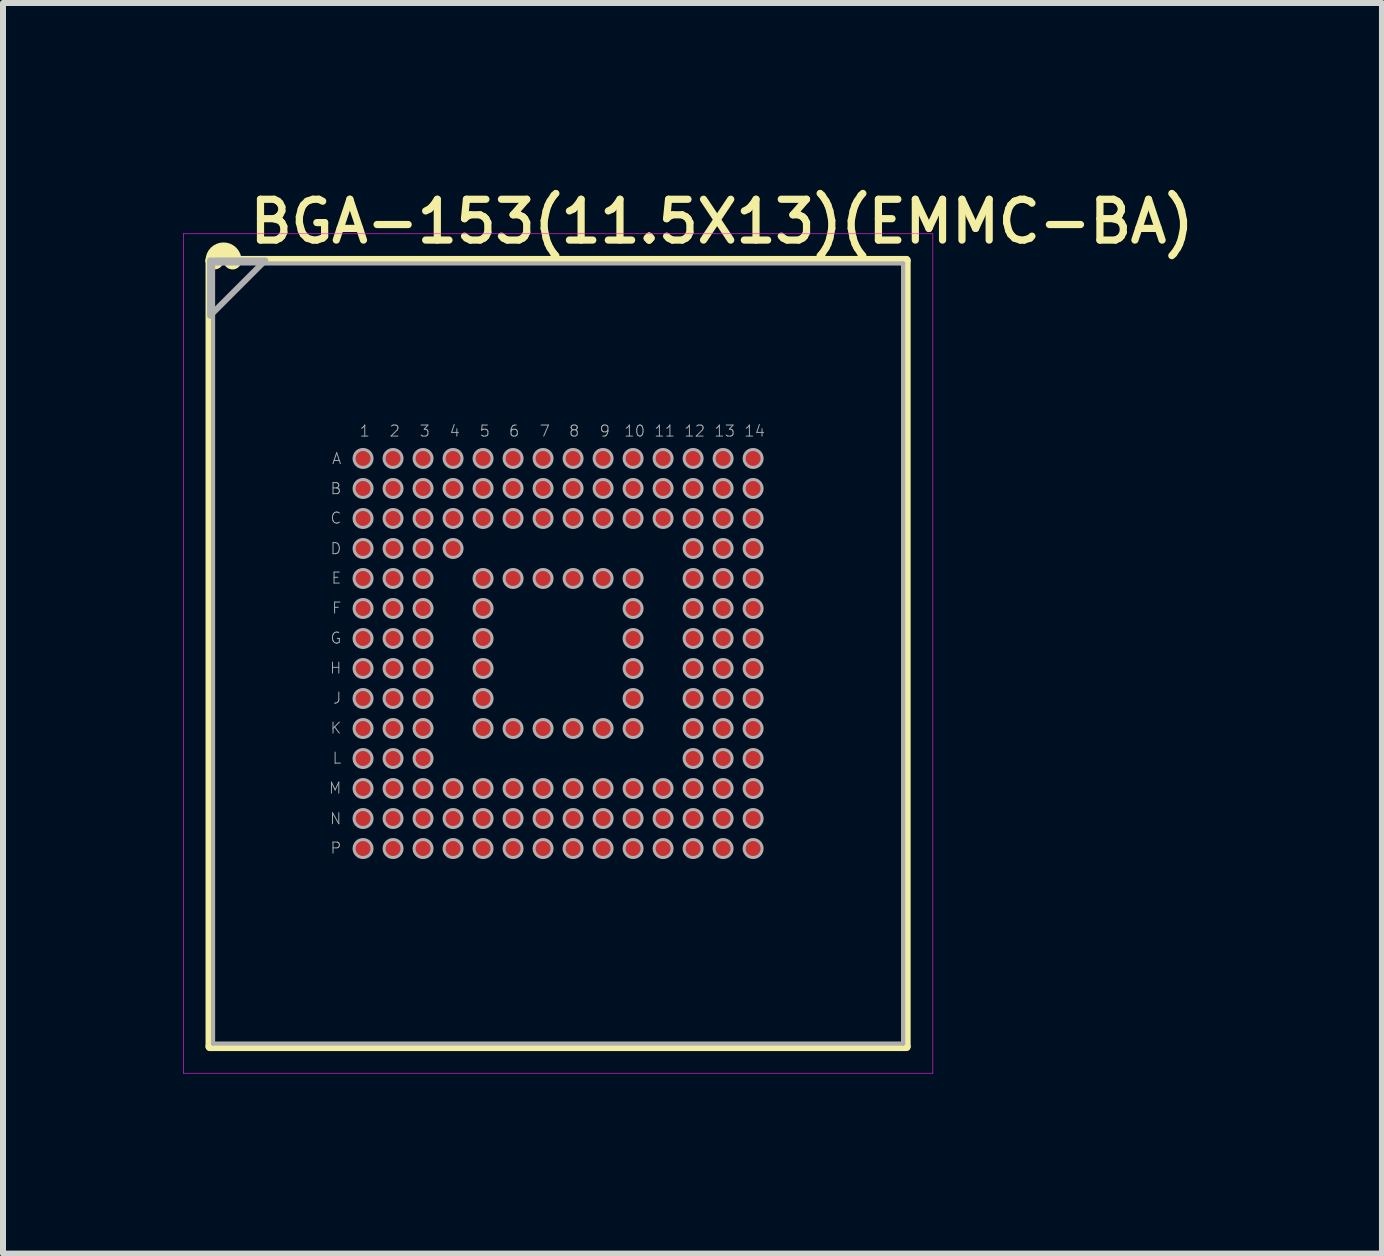
<source format=kicad_pcb>
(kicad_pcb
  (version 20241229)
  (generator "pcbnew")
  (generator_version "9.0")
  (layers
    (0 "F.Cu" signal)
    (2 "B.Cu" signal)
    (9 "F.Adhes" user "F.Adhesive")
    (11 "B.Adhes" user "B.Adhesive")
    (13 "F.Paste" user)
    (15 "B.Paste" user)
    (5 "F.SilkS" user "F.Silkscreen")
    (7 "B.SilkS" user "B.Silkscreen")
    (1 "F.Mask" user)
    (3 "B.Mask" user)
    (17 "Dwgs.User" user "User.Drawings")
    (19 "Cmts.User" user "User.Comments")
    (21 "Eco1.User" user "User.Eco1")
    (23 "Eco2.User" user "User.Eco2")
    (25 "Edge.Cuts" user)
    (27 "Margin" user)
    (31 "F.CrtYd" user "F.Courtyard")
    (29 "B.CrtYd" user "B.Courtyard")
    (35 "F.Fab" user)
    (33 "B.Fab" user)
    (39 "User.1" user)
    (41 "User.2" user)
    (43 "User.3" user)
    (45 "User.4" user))
  (footprint "BGA-153(11.5X13)(EMMC-BA)"
    (layer "F.Cu")
    (at 6.25 7.84)
    (property "Reference" "BGA-153(11.5X13)(EMMC-BA)" (at -5.2 -6.8 0) (layer "F.SilkS") (effects (font (size 0.68 0.68) (thickness 0.12)) (justify left bottom)))
    (fp_circle (center -3.25 -3.25) (end -3.148 -3.25) (stroke (width 0.203) (type solid)) (fill no) (layer "F.Mask"))
    (fp_circle (center -3.25 -2.75) (end -3.148 -2.75) (stroke (width 0.203) (type solid)) (fill no) (layer "F.Mask"))
    (fp_circle (center -3.25 -2.25) (end -3.148 -2.25) (stroke (width 0.203) (type solid)) (fill no) (layer "F.Mask"))
    (fp_circle (center -3.25 -1.75) (end -3.148 -1.75) (stroke (width 0.203) (type solid)) (fill no) (layer "F.Mask"))
    (fp_circle (center -3.25 -1.25) (end -3.148 -1.25) (stroke (width 0.203) (type solid)) (fill no) (layer "F.Mask"))
    (fp_circle (center -3.25 -0.75) (end -3.148 -0.75) (stroke (width 0.203) (type solid)) (fill no) (layer "F.Mask"))
    (fp_circle (center -3.25 -0.25) (end -3.148 -0.25) (stroke (width 0.203) (type solid)) (fill no) (layer "F.Mask"))
    (fp_circle (center -3.25 0.25) (end -3.148 0.25) (stroke (width 0.203) (type solid)) (fill no) (layer "F.Mask"))
    (fp_circle (center -3.25 0.75) (end -3.148 0.75) (stroke (width 0.203) (type solid)) (fill no) (layer "F.Mask"))
    (fp_circle (center -3.25 1.25) (end -3.148 1.25) (stroke (width 0.203) (type solid)) (fill no) (layer "F.Mask"))
    (fp_circle (center -3.25 1.75) (end -3.148 1.75) (stroke (width 0.203) (type solid)) (fill no) (layer "F.Mask"))
    (fp_circle (center -3.25 2.25) (end -3.148 2.25) (stroke (width 0.203) (type solid)) (fill no) (layer "F.Mask"))
    (fp_circle (center -3.25 2.75) (end -3.148 2.75) (stroke (width 0.203) (type solid)) (fill no) (layer "F.Mask"))
    (fp_circle (center -3.25 3.25) (end -3.148 3.25) (stroke (width 0.203) (type solid)) (fill no) (layer "F.Mask"))
    (fp_circle (center -2.75 -3.25) (end -2.648 -3.25) (stroke (width 0.203) (type solid)) (fill no) (layer "F.Mask"))
    (fp_circle (center -2.75 -2.75) (end -2.648 -2.75) (stroke (width 0.203) (type solid)) (fill no) (layer "F.Mask"))
    (fp_circle (center -2.75 -2.25) (end -2.648 -2.25) (stroke (width 0.203) (type solid)) (fill no) (layer "F.Mask"))
    (fp_circle (center -2.75 -1.75) (end -2.648 -1.75) (stroke (width 0.203) (type solid)) (fill no) (layer "F.Mask"))
    (fp_circle (center -2.75 -1.25) (end -2.648 -1.25) (stroke (width 0.203) (type solid)) (fill no) (layer "F.Mask"))
    (fp_circle (center -2.75 -0.75) (end -2.648 -0.75) (stroke (width 0.203) (type solid)) (fill no) (layer "F.Mask"))
    (fp_circle (center -2.75 -0.25) (end -2.648 -0.25) (stroke (width 0.203) (type solid)) (fill no) (layer "F.Mask"))
    (fp_circle (center -2.75 0.25) (end -2.648 0.25) (stroke (width 0.203) (type solid)) (fill no) (layer "F.Mask"))
    (fp_circle (center -2.75 0.75) (end -2.648 0.75) (stroke (width 0.203) (type solid)) (fill no) (layer "F.Mask"))
    (fp_circle (center -2.75 1.25) (end -2.648 1.25) (stroke (width 0.203) (type solid)) (fill no) (layer "F.Mask"))
    (fp_circle (center -2.75 1.75) (end -2.648 1.75) (stroke (width 0.203) (type solid)) (fill no) (layer "F.Mask"))
    (fp_circle (center -2.75 2.25) (end -2.648 2.25) (stroke (width 0.203) (type solid)) (fill no) (layer "F.Mask"))
    (fp_circle (center -2.75 2.75) (end -2.648 2.75) (stroke (width 0.203) (type solid)) (fill no) (layer "F.Mask"))
    (fp_circle (center -2.75 3.25) (end -2.648 3.25) (stroke (width 0.203) (type solid)) (fill no) (layer "F.Mask"))
    (fp_circle (center -2.25 -3.25) (end -2.148 -3.25) (stroke (width 0.203) (type solid)) (fill no) (layer "F.Mask"))
    (fp_circle (center -2.25 -2.75) (end -2.148 -2.75) (stroke (width 0.203) (type solid)) (fill no) (layer "F.Mask"))
    (fp_circle (center -2.25 -2.25) (end -2.148 -2.25) (stroke (width 0.203) (type solid)) (fill no) (layer "F.Mask"))
    (fp_circle (center -2.25 -1.75) (end -2.148 -1.75) (stroke (width 0.203) (type solid)) (fill no) (layer "F.Mask"))
    (fp_circle (center -2.25 -1.25) (end -2.148 -1.25) (stroke (width 0.203) (type solid)) (fill no) (layer "F.Mask"))
    (fp_circle (center -2.25 -0.75) (end -2.148 -0.75) (stroke (width 0.203) (type solid)) (fill no) (layer "F.Mask"))
    (fp_circle (center -2.25 -0.25) (end -2.148 -0.25) (stroke (width 0.203) (type solid)) (fill no) (layer "F.Mask"))
    (fp_circle (center -2.25 0.25) (end -2.148 0.25) (stroke (width 0.203) (type solid)) (fill no) (layer "F.Mask"))
    (fp_circle (center -2.25 0.75) (end -2.148 0.75) (stroke (width 0.203) (type solid)) (fill no) (layer "F.Mask"))
    (fp_circle (center -2.25 1.25) (end -2.148 1.25) (stroke (width 0.203) (type solid)) (fill no) (layer "F.Mask"))
    (fp_circle (center -2.25 1.75) (end -2.148 1.75) (stroke (width 0.203) (type solid)) (fill no) (layer "F.Mask"))
    (fp_circle (center -2.25 2.25) (end -2.148 2.25) (stroke (width 0.203) (type solid)) (fill no) (layer "F.Mask"))
    (fp_circle (center -2.25 2.75) (end -2.148 2.75) (stroke (width 0.203) (type solid)) (fill no) (layer "F.Mask"))
    (fp_circle (center -2.25 3.25) (end -2.148 3.25) (stroke (width 0.203) (type solid)) (fill no) (layer "F.Mask"))
    (fp_circle (center -1.75 -3.25) (end -1.648 -3.25) (stroke (width 0.203) (type solid)) (fill no) (layer "F.Mask"))
    (fp_circle (center -1.75 -2.75) (end -1.648 -2.75) (stroke (width 0.203) (type solid)) (fill no) (layer "F.Mask"))
    (fp_circle (center -1.75 -2.25) (end -1.648 -2.25) (stroke (width 0.203) (type solid)) (fill no) (layer "F.Mask"))
    (fp_circle (center -1.75 -1.75) (end -1.648 -1.75) (stroke (width 0.203) (type solid)) (fill no) (layer "F.Mask"))
    (fp_circle (center -1.75 2.25) (end -1.648 2.25) (stroke (width 0.203) (type solid)) (fill no) (layer "F.Mask"))
    (fp_circle (center -1.75 2.75) (end -1.648 2.75) (stroke (width 0.203) (type solid)) (fill no) (layer "F.Mask"))
    (fp_circle (center -1.75 3.25) (end -1.648 3.25) (stroke (width 0.203) (type solid)) (fill no) (layer "F.Mask"))
    (fp_circle (center -1.25 -3.25) (end -1.148 -3.25) (stroke (width 0.203) (type solid)) (fill no) (layer "F.Mask"))
    (fp_circle (center -1.25 -2.75) (end -1.148 -2.75) (stroke (width 0.203) (type solid)) (fill no) (layer "F.Mask"))
    (fp_circle (center -1.25 -2.25) (end -1.148 -2.25) (stroke (width 0.203) (type solid)) (fill no) (layer "F.Mask"))
    (fp_circle (center -1.25 -1.25) (end -1.148 -1.25) (stroke (width 0.203) (type solid)) (fill no) (layer "F.Mask"))
    (fp_circle (center -1.25 -0.75) (end -1.148 -0.75) (stroke (width 0.203) (type solid)) (fill no) (layer "F.Mask"))
    (fp_circle (center -1.25 -0.25) (end -1.148 -0.25) (stroke (width 0.203) (type solid)) (fill no) (layer "F.Mask"))
    (fp_circle (center -1.25 0.25) (end -1.148 0.25) (stroke (width 0.203) (type solid)) (fill no) (layer "F.Mask"))
    (fp_circle (center -1.25 0.75) (end -1.148 0.75) (stroke (width 0.203) (type solid)) (fill no) (layer "F.Mask"))
    (fp_circle (center -1.25 1.25) (end -1.148 1.25) (stroke (width 0.203) (type solid)) (fill no) (layer "F.Mask"))
    (fp_circle (center -1.25 2.25) (end -1.148 2.25) (stroke (width 0.203) (type solid)) (fill no) (layer "F.Mask"))
    (fp_circle (center -1.25 2.75) (end -1.148 2.75) (stroke (width 0.203) (type solid)) (fill no) (layer "F.Mask"))
    (fp_circle (center -1.25 3.25) (end -1.148 3.25) (stroke (width 0.203) (type solid)) (fill no) (layer "F.Mask"))
    (fp_circle (center -0.75 -3.25) (end -0.648 -3.25) (stroke (width 0.203) (type solid)) (fill no) (layer "F.Mask"))
    (fp_circle (center -0.75 -2.75) (end -0.648 -2.75) (stroke (width 0.203) (type solid)) (fill no) (layer "F.Mask"))
    (fp_circle (center -0.75 -2.25) (end -0.648 -2.25) (stroke (width 0.203) (type solid)) (fill no) (layer "F.Mask"))
    (fp_circle (center -0.75 -1.25) (end -0.648 -1.25) (stroke (width 0.203) (type solid)) (fill no) (layer "F.Mask"))
    (fp_circle (center -0.75 1.25) (end -0.648 1.25) (stroke (width 0.203) (type solid)) (fill no) (layer "F.Mask"))
    (fp_circle (center -0.75 2.25) (end -0.648 2.25) (stroke (width 0.203) (type solid)) (fill no) (layer "F.Mask"))
    (fp_circle (center -0.75 2.75) (end -0.648 2.75) (stroke (width 0.203) (type solid)) (fill no) (layer "F.Mask"))
    (fp_circle (center -0.75 3.25) (end -0.648 3.25) (stroke (width 0.203) (type solid)) (fill no) (layer "F.Mask"))
    (fp_circle (center -0.25 -3.25) (end -0.148 -3.25) (stroke (width 0.203) (type solid)) (fill no) (layer "F.Mask"))
    (fp_circle (center -0.25 -2.75) (end -0.148 -2.75) (stroke (width 0.203) (type solid)) (fill no) (layer "F.Mask"))
    (fp_circle (center -0.25 -2.25) (end -0.148 -2.25) (stroke (width 0.203) (type solid)) (fill no) (layer "F.Mask"))
    (fp_circle (center -0.25 -1.25) (end -0.148 -1.25) (stroke (width 0.203) (type solid)) (fill no) (layer "F.Mask"))
    (fp_circle (center -0.25 1.25) (end -0.148 1.25) (stroke (width 0.203) (type solid)) (fill no) (layer "F.Mask"))
    (fp_circle (center -0.25 2.25) (end -0.148 2.25) (stroke (width 0.203) (type solid)) (fill no) (layer "F.Mask"))
    (fp_circle (center -0.25 2.75) (end -0.148 2.75) (stroke (width 0.203) (type solid)) (fill no) (layer "F.Mask"))
    (fp_circle (center -0.25 3.25) (end -0.148 3.25) (stroke (width 0.203) (type solid)) (fill no) (layer "F.Mask"))
    (fp_circle (center 0.25 -3.25) (end 0.352 -3.25) (stroke (width 0.203) (type solid)) (fill no) (layer "F.Mask"))
    (fp_circle (center 0.25 -2.75) (end 0.352 -2.75) (stroke (width 0.203) (type solid)) (fill no) (layer "F.Mask"))
    (fp_circle (center 0.25 -2.25) (end 0.352 -2.25) (stroke (width 0.203) (type solid)) (fill no) (layer "F.Mask"))
    (fp_circle (center 0.25 -1.25) (end 0.352 -1.25) (stroke (width 0.203) (type solid)) (fill no) (layer "F.Mask"))
    (fp_circle (center 0.25 1.25) (end 0.352 1.25) (stroke (width 0.203) (type solid)) (fill no) (layer "F.Mask"))
    (fp_circle (center 0.25 2.25) (end 0.352 2.25) (stroke (width 0.203) (type solid)) (fill no) (layer "F.Mask"))
    (fp_circle (center 0.25 2.75) (end 0.352 2.75) (stroke (width 0.203) (type solid)) (fill no) (layer "F.Mask"))
    (fp_circle (center 0.25 3.25) (end 0.352 3.25) (stroke (width 0.203) (type solid)) (fill no) (layer "F.Mask"))
    (fp_circle (center 0.75 -3.25) (end 0.852 -3.25) (stroke (width 0.203) (type solid)) (fill no) (layer "F.Mask"))
    (fp_circle (center 0.75 -2.75) (end 0.852 -2.75) (stroke (width 0.203) (type solid)) (fill no) (layer "F.Mask"))
    (fp_circle (center 0.75 -2.25) (end 0.852 -2.25) (stroke (width 0.203) (type solid)) (fill no) (layer "F.Mask"))
    (fp_circle (center 0.75 -1.25) (end 0.852 -1.25) (stroke (width 0.203) (type solid)) (fill no) (layer "F.Mask"))
    (fp_circle (center 0.75 1.25) (end 0.852 1.25) (stroke (width 0.203) (type solid)) (fill no) (layer "F.Mask"))
    (fp_circle (center 0.75 2.25) (end 0.852 2.25) (stroke (width 0.203) (type solid)) (fill no) (layer "F.Mask"))
    (fp_circle (center 0.75 2.75) (end 0.852 2.75) (stroke (width 0.203) (type solid)) (fill no) (layer "F.Mask"))
    (fp_circle (center 0.75 3.25) (end 0.852 3.25) (stroke (width 0.203) (type solid)) (fill no) (layer "F.Mask"))
    (fp_circle (center 1.25 -3.25) (end 1.352 -3.25) (stroke (width 0.203) (type solid)) (fill no) (layer "F.Mask"))
    (fp_circle (center 1.25 -2.75) (end 1.352 -2.75) (stroke (width 0.203) (type solid)) (fill no) (layer "F.Mask"))
    (fp_circle (center 1.25 -2.25) (end 1.352 -2.25) (stroke (width 0.203) (type solid)) (fill no) (layer "F.Mask"))
    (fp_circle (center 1.25 -1.25) (end 1.352 -1.25) (stroke (width 0.203) (type solid)) (fill no) (layer "F.Mask"))
    (fp_circle (center 1.25 -0.75) (end 1.352 -0.75) (stroke (width 0.203) (type solid)) (fill no) (layer "F.Mask"))
    (fp_circle (center 1.25 -0.25) (end 1.352 -0.25) (stroke (width 0.203) (type solid)) (fill no) (layer "F.Mask"))
    (fp_circle (center 1.25 0.25) (end 1.352 0.25) (stroke (width 0.203) (type solid)) (fill no) (layer "F.Mask"))
    (fp_circle (center 1.25 0.75) (end 1.352 0.75) (stroke (width 0.203) (type solid)) (fill no) (layer "F.Mask"))
    (fp_circle (center 1.25 1.25) (end 1.352 1.25) (stroke (width 0.203) (type solid)) (fill no) (layer "F.Mask"))
    (fp_circle (center 1.25 2.25) (end 1.352 2.25) (stroke (width 0.203) (type solid)) (fill no) (layer "F.Mask"))
    (fp_circle (center 1.25 2.75) (end 1.352 2.75) (stroke (width 0.203) (type solid)) (fill no) (layer "F.Mask"))
    (fp_circle (center 1.25 3.25) (end 1.352 3.25) (stroke (width 0.203) (type solid)) (fill no) (layer "F.Mask"))
    (fp_circle (center 1.75 -3.25) (end 1.852 -3.25) (stroke (width 0.203) (type solid)) (fill no) (layer "F.Mask"))
    (fp_circle (center 1.75 -2.75) (end 1.852 -2.75) (stroke (width 0.203) (type solid)) (fill no) (layer "F.Mask"))
    (fp_circle (center 1.75 -2.25) (end 1.852 -2.25) (stroke (width 0.203) (type solid)) (fill no) (layer "F.Mask"))
    (fp_circle (center 1.75 2.25) (end 1.852 2.25) (stroke (width 0.203) (type solid)) (fill no) (layer "F.Mask"))
    (fp_circle (center 1.75 2.75) (end 1.852 2.75) (stroke (width 0.203) (type solid)) (fill no) (layer "F.Mask"))
    (fp_circle (center 1.75 3.25) (end 1.852 3.25) (stroke (width 0.203) (type solid)) (fill no) (layer "F.Mask"))
    (fp_circle (center 2.25 -3.25) (end 2.352 -3.25) (stroke (width 0.203) (type solid)) (fill no) (layer "F.Mask"))
    (fp_circle (center 2.25 -2.75) (end 2.352 -2.75) (stroke (width 0.203) (type solid)) (fill no) (layer "F.Mask"))
    (fp_circle (center 2.25 -2.25) (end 2.352 -2.25) (stroke (width 0.203) (type solid)) (fill no) (layer "F.Mask"))
    (fp_circle (center 2.25 -1.75) (end 2.352 -1.75) (stroke (width 0.203) (type solid)) (fill no) (layer "F.Mask"))
    (fp_circle (center 2.25 -1.25) (end 2.352 -1.25) (stroke (width 0.203) (type solid)) (fill no) (layer "F.Mask"))
    (fp_circle (center 2.25 -0.75) (end 2.352 -0.75) (stroke (width 0.203) (type solid)) (fill no) (layer "F.Mask"))
    (fp_circle (center 2.25 -0.25) (end 2.352 -0.25) (stroke (width 0.203) (type solid)) (fill no) (layer "F.Mask"))
    (fp_circle (center 2.25 0.25) (end 2.352 0.25) (stroke (width 0.203) (type solid)) (fill no) (layer "F.Mask"))
    (fp_circle (center 2.25 0.75) (end 2.352 0.75) (stroke (width 0.203) (type solid)) (fill no) (layer "F.Mask"))
    (fp_circle (center 2.25 1.25) (end 2.352 1.25) (stroke (width 0.203) (type solid)) (fill no) (layer "F.Mask"))
    (fp_circle (center 2.25 1.75) (end 2.352 1.75) (stroke (width 0.203) (type solid)) (fill no) (layer "F.Mask"))
    (fp_circle (center 2.25 2.25) (end 2.352 2.25) (stroke (width 0.203) (type solid)) (fill no) (layer "F.Mask"))
    (fp_circle (center 2.25 2.75) (end 2.352 2.75) (stroke (width 0.203) (type solid)) (fill no) (layer "F.Mask"))
    (fp_circle (center 2.25 3.25) (end 2.352 3.25) (stroke (width 0.203) (type solid)) (fill no) (layer "F.Mask"))
    (fp_circle (center 2.75 -3.25) (end 2.852 -3.25) (stroke (width 0.203) (type solid)) (fill no) (layer "F.Mask"))
    (fp_circle (center 2.75 -2.75) (end 2.852 -2.75) (stroke (width 0.203) (type solid)) (fill no) (layer "F.Mask"))
    (fp_circle (center 2.75 -2.25) (end 2.852 -2.25) (stroke (width 0.203) (type solid)) (fill no) (layer "F.Mask"))
    (fp_circle (center 2.75 -1.75) (end 2.852 -1.75) (stroke (width 0.203) (type solid)) (fill no) (layer "F.Mask"))
    (fp_circle (center 2.75 -1.25) (end 2.852 -1.25) (stroke (width 0.203) (type solid)) (fill no) (layer "F.Mask"))
    (fp_circle (center 2.75 -0.75) (end 2.852 -0.75) (stroke (width 0.203) (type solid)) (fill no) (layer "F.Mask"))
    (fp_circle (center 2.75 -0.25) (end 2.852 -0.25) (stroke (width 0.203) (type solid)) (fill no) (layer "F.Mask"))
    (fp_circle (center 2.75 0.25) (end 2.852 0.25) (stroke (width 0.203) (type solid)) (fill no) (layer "F.Mask"))
    (fp_circle (center 2.75 0.75) (end 2.852 0.75) (stroke (width 0.203) (type solid)) (fill no) (layer "F.Mask"))
    (fp_circle (center 2.75 1.25) (end 2.852 1.25) (stroke (width 0.203) (type solid)) (fill no) (layer "F.Mask"))
    (fp_circle (center 2.75 1.75) (end 2.852 1.75) (stroke (width 0.203) (type solid)) (fill no) (layer "F.Mask"))
    (fp_circle (center 2.75 2.25) (end 2.852 2.25) (stroke (width 0.203) (type solid)) (fill no) (layer "F.Mask"))
    (fp_circle (center 2.75 2.75) (end 2.852 2.75) (stroke (width 0.203) (type solid)) (fill no) (layer "F.Mask"))
    (fp_circle (center 2.75 3.25) (end 2.852 3.25) (stroke (width 0.203) (type solid)) (fill no) (layer "F.Mask"))
    (fp_circle (center 3.25 -3.25) (end 3.352 -3.25) (stroke (width 0.203) (type solid)) (fill no) (layer "F.Mask"))
    (fp_circle (center 3.25 -2.75) (end 3.352 -2.75) (stroke (width 0.203) (type solid)) (fill no) (layer "F.Mask"))
    (fp_circle (center 3.25 -2.25) (end 3.352 -2.25) (stroke (width 0.203) (type solid)) (fill no) (layer "F.Mask"))
    (fp_circle (center 3.25 -1.75) (end 3.352 -1.75) (stroke (width 0.203) (type solid)) (fill no) (layer "F.Mask"))
    (fp_circle (center 3.25 -1.25) (end 3.352 -1.25) (stroke (width 0.203) (type solid)) (fill no) (layer "F.Mask"))
    (fp_circle (center 3.25 -0.75) (end 3.352 -0.75) (stroke (width 0.203) (type solid)) (fill no) (layer "F.Mask"))
    (fp_circle (center 3.25 -0.25) (end 3.352 -0.25) (stroke (width 0.203) (type solid)) (fill no) (layer "F.Mask"))
    (fp_circle (center 3.25 0.25) (end 3.352 0.25) (stroke (width 0.203) (type solid)) (fill no) (layer "F.Mask"))
    (fp_circle (center 3.25 0.75) (end 3.352 0.75) (stroke (width 0.203) (type solid)) (fill no) (layer "F.Mask"))
    (fp_circle (center 3.25 1.25) (end 3.352 1.25) (stroke (width 0.203) (type solid)) (fill no) (layer "F.Mask"))
    (fp_circle (center 3.25 1.75) (end 3.352 1.75) (stroke (width 0.203) (type solid)) (fill no) (layer "F.Mask"))
    (fp_circle (center 3.25 2.25) (end 3.352 2.25) (stroke (width 0.203) (type solid)) (fill no) (layer "F.Mask"))
    (fp_circle (center 3.25 2.75) (end 3.352 2.75) (stroke (width 0.203) (type solid)) (fill no) (layer "F.Mask"))
    (fp_circle (center 3.25 3.25) (end 3.352 3.25) (stroke (width 0.203) (type solid)) (fill no) (layer "F.Mask"))
    (fp_line (start -5.8 -6.55) (end -5.725 -6.55) (stroke (width 0.15) (type solid)) (layer "F.SilkS"))
    (fp_line (start -5.8 6.55) (end -5.8 -6.55) (stroke (width 0.15) (type solid)) (layer "F.SilkS"))
    (fp_line (start -5.725 -6.55) (end -5.425 -6.55) (stroke (width 0.15) (type solid)) (layer "F.SilkS"))
    (fp_line (start -5.425 -6.55) (end 5.8 -6.55) (stroke (width 0.15) (type solid)) (layer "F.SilkS"))
    (fp_line (start 5.8 -6.55) (end 5.8 6.55) (stroke (width 0.15) (type solid)) (layer "F.SilkS"))
    (fp_line (start 5.8 6.55) (end -5.8 6.55) (stroke (width 0.15) (type solid)) (layer "F.SilkS"))
    (fp_arc (start -5.725 -6.55) (mid -5.575 -6.7) (end -5.425 -6.55) (stroke (width 0.3) (type solid)) (layer "F.SilkS"))
    (fp_line (start -6.245 -6.995) (end -6.245 6.995) (stroke (width 0.01) (type solid)) (layer "F.CrtYd"))
    (fp_line (start -6.245 6.995) (end 6.245 6.995) (stroke (width 0.01) (type solid)) (layer "F.CrtYd"))
    (fp_line (start 6.245 -6.995) (end -6.245 -6.995) (stroke (width 0.01) (type solid)) (layer "F.CrtYd"))
    (fp_line (start 6.245 6.995) (end 6.245 -6.995) (stroke (width 0.01) (type solid)) (layer "F.CrtYd"))
    (fp_line (start -5.75 -6.5) (end 5.75 -6.5) (stroke (width 0.07) (type solid)) (layer "F.Fab"))
    (fp_line (start -5.75 6.5) (end -5.75 -6.5) (stroke (width 0.07) (type solid)) (layer "F.Fab"))
    (fp_line (start 5.75 -6.5) (end 5.75 6.5) (stroke (width 0.07) (type solid)) (layer "F.Fab"))
    (fp_line (start 5.75 6.5) (end -5.75 6.5) (stroke (width 0.07) (type solid)) (layer "F.Fab"))
    (fp_circle (center -3.25 -3.25) (end -3.1 -3.25) (stroke (width 0.05) (type solid)) (fill no) (layer "F.Fab"))
    (fp_circle (center -3.25 -2.75) (end -3.1 -2.75) (stroke (width 0.05) (type solid)) (fill no) (layer "F.Fab"))
    (fp_circle (center -3.25 -2.25) (end -3.1 -2.25) (stroke (width 0.05) (type solid)) (fill no) (layer "F.Fab"))
    (fp_circle (center -3.25 -1.75) (end -3.1 -1.75) (stroke (width 0.05) (type solid)) (fill no) (layer "F.Fab"))
    (fp_circle (center -3.25 -1.25) (end -3.1 -1.25) (stroke (width 0.05) (type solid)) (fill no) (layer "F.Fab"))
    (fp_circle (center -3.25 -0.75) (end -3.1 -0.75) (stroke (width 0.05) (type solid)) (fill no) (layer "F.Fab"))
    (fp_circle (center -3.25 -0.25) (end -3.1 -0.25) (stroke (width 0.05) (type solid)) (fill no) (layer "F.Fab"))
    (fp_circle (center -3.25 0.25) (end -3.1 0.25) (stroke (width 0.05) (type solid)) (fill no) (layer "F.Fab"))
    (fp_circle (center -3.25 0.75) (end -3.1 0.75) (stroke (width 0.05) (type solid)) (fill no) (layer "F.Fab"))
    (fp_circle (center -3.25 1.25) (end -3.1 1.25) (stroke (width 0.05) (type solid)) (fill no) (layer "F.Fab"))
    (fp_circle (center -3.25 1.75) (end -3.1 1.75) (stroke (width 0.05) (type solid)) (fill no) (layer "F.Fab"))
    (fp_circle (center -3.25 2.25) (end -3.1 2.25) (stroke (width 0.05) (type solid)) (fill no) (layer "F.Fab"))
    (fp_circle (center -3.25 2.75) (end -3.1 2.75) (stroke (width 0.05) (type solid)) (fill no) (layer "F.Fab"))
    (fp_circle (center -3.25 3.25) (end -3.1 3.25) (stroke (width 0.05) (type solid)) (fill no) (layer "F.Fab"))
    (fp_circle (center -2.75 -3.25) (end -2.6 -3.25) (stroke (width 0.05) (type solid)) (fill no) (layer "F.Fab"))
    (fp_circle (center -2.75 -2.75) (end -2.6 -2.75) (stroke (width 0.05) (type solid)) (fill no) (layer "F.Fab"))
    (fp_circle (center -2.75 -2.25) (end -2.6 -2.25) (stroke (width 0.05) (type solid)) (fill no) (layer "F.Fab"))
    (fp_circle (center -2.75 -1.75) (end -2.6 -1.75) (stroke (width 0.05) (type solid)) (fill no) (layer "F.Fab"))
    (fp_circle (center -2.75 -1.25) (end -2.6 -1.25) (stroke (width 0.05) (type solid)) (fill no) (layer "F.Fab"))
    (fp_circle (center -2.75 -0.75) (end -2.6 -0.75) (stroke (width 0.05) (type solid)) (fill no) (layer "F.Fab"))
    (fp_circle (center -2.75 -0.25) (end -2.6 -0.25) (stroke (width 0.05) (type solid)) (fill no) (layer "F.Fab"))
    (fp_circle (center -2.75 0.25) (end -2.6 0.25) (stroke (width 0.05) (type solid)) (fill no) (layer "F.Fab"))
    (fp_circle (center -2.75 0.75) (end -2.6 0.75) (stroke (width 0.05) (type solid)) (fill no) (layer "F.Fab"))
    (fp_circle (center -2.75 1.25) (end -2.6 1.25) (stroke (width 0.05) (type solid)) (fill no) (layer "F.Fab"))
    (fp_circle (center -2.75 1.75) (end -2.6 1.75) (stroke (width 0.05) (type solid)) (fill no) (layer "F.Fab"))
    (fp_circle (center -2.75 2.25) (end -2.6 2.25) (stroke (width 0.05) (type solid)) (fill no) (layer "F.Fab"))
    (fp_circle (center -2.75 2.75) (end -2.6 2.75) (stroke (width 0.05) (type solid)) (fill no) (layer "F.Fab"))
    (fp_circle (center -2.75 3.25) (end -2.6 3.25) (stroke (width 0.05) (type solid)) (fill no) (layer "F.Fab"))
    (fp_circle (center -2.25 -3.25) (end -2.1 -3.25) (stroke (width 0.05) (type solid)) (fill no) (layer "F.Fab"))
    (fp_circle (center -2.25 -2.75) (end -2.1 -2.75) (stroke (width 0.05) (type solid)) (fill no) (layer "F.Fab"))
    (fp_circle (center -2.25 -2.25) (end -2.1 -2.25) (stroke (width 0.05) (type solid)) (fill no) (layer "F.Fab"))
    (fp_circle (center -2.25 -1.75) (end -2.1 -1.75) (stroke (width 0.05) (type solid)) (fill no) (layer "F.Fab"))
    (fp_circle (center -2.25 -1.25) (end -2.1 -1.25) (stroke (width 0.05) (type solid)) (fill no) (layer "F.Fab"))
    (fp_circle (center -2.25 -0.75) (end -2.1 -0.75) (stroke (width 0.05) (type solid)) (fill no) (layer "F.Fab"))
    (fp_circle (center -2.25 -0.25) (end -2.1 -0.25) (stroke (width 0.05) (type solid)) (fill no) (layer "F.Fab"))
    (fp_circle (center -2.25 0.25) (end -2.1 0.25) (stroke (width 0.05) (type solid)) (fill no) (layer "F.Fab"))
    (fp_circle (center -2.25 0.75) (end -2.1 0.75) (stroke (width 0.05) (type solid)) (fill no) (layer "F.Fab"))
    (fp_circle (center -2.25 1.25) (end -2.1 1.25) (stroke (width 0.05) (type solid)) (fill no) (layer "F.Fab"))
    (fp_circle (center -2.25 1.75) (end -2.1 1.75) (stroke (width 0.05) (type solid)) (fill no) (layer "F.Fab"))
    (fp_circle (center -2.25 2.25) (end -2.1 2.25) (stroke (width 0.05) (type solid)) (fill no) (layer "F.Fab"))
    (fp_circle (center -2.25 2.75) (end -2.1 2.75) (stroke (width 0.05) (type solid)) (fill no) (layer "F.Fab"))
    (fp_circle (center -2.25 3.25) (end -2.1 3.25) (stroke (width 0.05) (type solid)) (fill no) (layer "F.Fab"))
    (fp_circle (center -1.75 -3.25) (end -1.6 -3.25) (stroke (width 0.05) (type solid)) (fill no) (layer "F.Fab"))
    (fp_circle (center -1.75 -2.75) (end -1.6 -2.75) (stroke (width 0.05) (type solid)) (fill no) (layer "F.Fab"))
    (fp_circle (center -1.75 -2.25) (end -1.6 -2.25) (stroke (width 0.05) (type solid)) (fill no) (layer "F.Fab"))
    (fp_circle (center -1.75 -1.75) (end -1.6 -1.75) (stroke (width 0.05) (type solid)) (fill no) (layer "F.Fab"))
    (fp_circle (center -1.75 2.25) (end -1.6 2.25) (stroke (width 0.05) (type solid)) (fill no) (layer "F.Fab"))
    (fp_circle (center -1.75 2.75) (end -1.6 2.75) (stroke (width 0.05) (type solid)) (fill no) (layer "F.Fab"))
    (fp_circle (center -1.75 3.25) (end -1.6 3.25) (stroke (width 0.05) (type solid)) (fill no) (layer "F.Fab"))
    (fp_circle (center -1.25 -3.25) (end -1.1 -3.25) (stroke (width 0.05) (type solid)) (fill no) (layer "F.Fab"))
    (fp_circle (center -1.25 -2.75) (end -1.1 -2.75) (stroke (width 0.05) (type solid)) (fill no) (layer "F.Fab"))
    (fp_circle (center -1.25 -2.25) (end -1.1 -2.25) (stroke (width 0.05) (type solid)) (fill no) (layer "F.Fab"))
    (fp_circle (center -1.25 -1.25) (end -1.1 -1.25) (stroke (width 0.05) (type solid)) (fill no) (layer "F.Fab"))
    (fp_circle (center -1.25 -0.75) (end -1.1 -0.75) (stroke (width 0.05) (type solid)) (fill no) (layer "F.Fab"))
    (fp_circle (center -1.25 -0.25) (end -1.1 -0.25) (stroke (width 0.05) (type solid)) (fill no) (layer "F.Fab"))
    (fp_circle (center -1.25 0.25) (end -1.1 0.25) (stroke (width 0.05) (type solid)) (fill no) (layer "F.Fab"))
    (fp_circle (center -1.25 0.75) (end -1.1 0.75) (stroke (width 0.05) (type solid)) (fill no) (layer "F.Fab"))
    (fp_circle (center -1.25 1.25) (end -1.1 1.25) (stroke (width 0.05) (type solid)) (fill no) (layer "F.Fab"))
    (fp_circle (center -1.25 2.25) (end -1.1 2.25) (stroke (width 0.05) (type solid)) (fill no) (layer "F.Fab"))
    (fp_circle (center -1.25 2.75) (end -1.1 2.75) (stroke (width 0.05) (type solid)) (fill no) (layer "F.Fab"))
    (fp_circle (center -1.25 3.25) (end -1.1 3.25) (stroke (width 0.05) (type solid)) (fill no) (layer "F.Fab"))
    (fp_circle (center -0.75 -3.25) (end -0.6 -3.25) (stroke (width 0.05) (type solid)) (fill no) (layer "F.Fab"))
    (fp_circle (center -0.75 -2.75) (end -0.6 -2.75) (stroke (width 0.05) (type solid)) (fill no) (layer "F.Fab"))
    (fp_circle (center -0.75 -2.25) (end -0.6 -2.25) (stroke (width 0.05) (type solid)) (fill no) (layer "F.Fab"))
    (fp_circle (center -0.75 -1.25) (end -0.6 -1.25) (stroke (width 0.05) (type solid)) (fill no) (layer "F.Fab"))
    (fp_circle (center -0.75 1.25) (end -0.6 1.25) (stroke (width 0.05) (type solid)) (fill no) (layer "F.Fab"))
    (fp_circle (center -0.75 2.25) (end -0.6 2.25) (stroke (width 0.05) (type solid)) (fill no) (layer "F.Fab"))
    (fp_circle (center -0.75 2.75) (end -0.6 2.75) (stroke (width 0.05) (type solid)) (fill no) (layer "F.Fab"))
    (fp_circle (center -0.75 3.25) (end -0.6 3.25) (stroke (width 0.05) (type solid)) (fill no) (layer "F.Fab"))
    (fp_circle (center -0.25 -3.25) (end -0.1 -3.25) (stroke (width 0.05) (type solid)) (fill no) (layer "F.Fab"))
    (fp_circle (center -0.25 -2.75) (end -0.1 -2.75) (stroke (width 0.05) (type solid)) (fill no) (layer "F.Fab"))
    (fp_circle (center -0.25 -2.25) (end -0.1 -2.25) (stroke (width 0.05) (type solid)) (fill no) (layer "F.Fab"))
    (fp_circle (center -0.25 -1.25) (end -0.1 -1.25) (stroke (width 0.05) (type solid)) (fill no) (layer "F.Fab"))
    (fp_circle (center -0.25 1.25) (end -0.1 1.25) (stroke (width 0.05) (type solid)) (fill no) (layer "F.Fab"))
    (fp_circle (center -0.25 2.25) (end -0.1 2.25) (stroke (width 0.05) (type solid)) (fill no) (layer "F.Fab"))
    (fp_circle (center -0.25 2.75) (end -0.1 2.75) (stroke (width 0.05) (type solid)) (fill no) (layer "F.Fab"))
    (fp_circle (center -0.25 3.25) (end -0.1 3.25) (stroke (width 0.05) (type solid)) (fill no) (layer "F.Fab"))
    (fp_circle (center 0.25 -3.25) (end 0.4 -3.25) (stroke (width 0.05) (type solid)) (fill no) (layer "F.Fab"))
    (fp_circle (center 0.25 -2.75) (end 0.4 -2.75) (stroke (width 0.05) (type solid)) (fill no) (layer "F.Fab"))
    (fp_circle (center 0.25 -2.25) (end 0.4 -2.25) (stroke (width 0.05) (type solid)) (fill no) (layer "F.Fab"))
    (fp_circle (center 0.25 -1.25) (end 0.4 -1.25) (stroke (width 0.05) (type solid)) (fill no) (layer "F.Fab"))
    (fp_circle (center 0.25 1.25) (end 0.4 1.25) (stroke (width 0.05) (type solid)) (fill no) (layer "F.Fab"))
    (fp_circle (center 0.25 2.25) (end 0.4 2.25) (stroke (width 0.05) (type solid)) (fill no) (layer "F.Fab"))
    (fp_circle (center 0.25 2.75) (end 0.4 2.75) (stroke (width 0.05) (type solid)) (fill no) (layer "F.Fab"))
    (fp_circle (center 0.25 3.25) (end 0.4 3.25) (stroke (width 0.05) (type solid)) (fill no) (layer "F.Fab"))
    (fp_circle (center 0.75 -3.25) (end 0.9 -3.25) (stroke (width 0.05) (type solid)) (fill no) (layer "F.Fab"))
    (fp_circle (center 0.75 -2.75) (end 0.9 -2.75) (stroke (width 0.05) (type solid)) (fill no) (layer "F.Fab"))
    (fp_circle (center 0.75 -2.25) (end 0.9 -2.25) (stroke (width 0.05) (type solid)) (fill no) (layer "F.Fab"))
    (fp_circle (center 0.75 -1.25) (end 0.9 -1.25) (stroke (width 0.05) (type solid)) (fill no) (layer "F.Fab"))
    (fp_circle (center 0.75 1.25) (end 0.9 1.25) (stroke (width 0.05) (type solid)) (fill no) (layer "F.Fab"))
    (fp_circle (center 0.75 2.25) (end 0.9 2.25) (stroke (width 0.05) (type solid)) (fill no) (layer "F.Fab"))
    (fp_circle (center 0.75 2.75) (end 0.9 2.75) (stroke (width 0.05) (type solid)) (fill no) (layer "F.Fab"))
    (fp_circle (center 0.75 3.25) (end 0.9 3.25) (stroke (width 0.05) (type solid)) (fill no) (layer "F.Fab"))
    (fp_circle (center 1.25 -3.25) (end 1.4 -3.25) (stroke (width 0.05) (type solid)) (fill no) (layer "F.Fab"))
    (fp_circle (center 1.25 -2.75) (end 1.4 -2.75) (stroke (width 0.05) (type solid)) (fill no) (layer "F.Fab"))
    (fp_circle (center 1.25 -2.25) (end 1.4 -2.25) (stroke (width 0.05) (type solid)) (fill no) (layer "F.Fab"))
    (fp_circle (center 1.25 -1.25) (end 1.4 -1.25) (stroke (width 0.05) (type solid)) (fill no) (layer "F.Fab"))
    (fp_circle (center 1.25 -0.75) (end 1.4 -0.75) (stroke (width 0.05) (type solid)) (fill no) (layer "F.Fab"))
    (fp_circle (center 1.25 -0.25) (end 1.4 -0.25) (stroke (width 0.05) (type solid)) (fill no) (layer "F.Fab"))
    (fp_circle (center 1.25 0.25) (end 1.4 0.25) (stroke (width 0.05) (type solid)) (fill no) (layer "F.Fab"))
    (fp_circle (center 1.25 0.75) (end 1.4 0.75) (stroke (width 0.05) (type solid)) (fill no) (layer "F.Fab"))
    (fp_circle (center 1.25 1.25) (end 1.4 1.25) (stroke (width 0.05) (type solid)) (fill no) (layer "F.Fab"))
    (fp_circle (center 1.25 2.25) (end 1.4 2.25) (stroke (width 0.05) (type solid)) (fill no) (layer "F.Fab"))
    (fp_circle (center 1.25 2.75) (end 1.4 2.75) (stroke (width 0.05) (type solid)) (fill no) (layer "F.Fab"))
    (fp_circle (center 1.25 3.25) (end 1.4 3.25) (stroke (width 0.05) (type solid)) (fill no) (layer "F.Fab"))
    (fp_circle (center 1.75 -3.25) (end 1.9 -3.25) (stroke (width 0.05) (type solid)) (fill no) (layer "F.Fab"))
    (fp_circle (center 1.75 -2.75) (end 1.9 -2.75) (stroke (width 0.05) (type solid)) (fill no) (layer "F.Fab"))
    (fp_circle (center 1.75 -2.25) (end 1.9 -2.25) (stroke (width 0.05) (type solid)) (fill no) (layer "F.Fab"))
    (fp_circle (center 1.75 2.25) (end 1.9 2.25) (stroke (width 0.05) (type solid)) (fill no) (layer "F.Fab"))
    (fp_circle (center 1.75 2.75) (end 1.9 2.75) (stroke (width 0.05) (type solid)) (fill no) (layer "F.Fab"))
    (fp_circle (center 1.75 3.25) (end 1.9 3.25) (stroke (width 0.05) (type solid)) (fill no) (layer "F.Fab"))
    (fp_circle (center 2.25 -3.25) (end 2.4 -3.25) (stroke (width 0.05) (type solid)) (fill no) (layer "F.Fab"))
    (fp_circle (center 2.25 -2.75) (end 2.4 -2.75) (stroke (width 0.05) (type solid)) (fill no) (layer "F.Fab"))
    (fp_circle (center 2.25 -2.25) (end 2.4 -2.25) (stroke (width 0.05) (type solid)) (fill no) (layer "F.Fab"))
    (fp_circle (center 2.25 -1.75) (end 2.4 -1.75) (stroke (width 0.05) (type solid)) (fill no) (layer "F.Fab"))
    (fp_circle (center 2.25 -1.25) (end 2.4 -1.25) (stroke (width 0.05) (type solid)) (fill no) (layer "F.Fab"))
    (fp_circle (center 2.25 -0.75) (end 2.4 -0.75) (stroke (width 0.05) (type solid)) (fill no) (layer "F.Fab"))
    (fp_circle (center 2.25 -0.25) (end 2.4 -0.25) (stroke (width 0.05) (type solid)) (fill no) (layer "F.Fab"))
    (fp_circle (center 2.25 0.25) (end 2.4 0.25) (stroke (width 0.05) (type solid)) (fill no) (layer "F.Fab"))
    (fp_circle (center 2.25 0.75) (end 2.4 0.75) (stroke (width 0.05) (type solid)) (fill no) (layer "F.Fab"))
    (fp_circle (center 2.25 1.25) (end 2.4 1.25) (stroke (width 0.05) (type solid)) (fill no) (layer "F.Fab"))
    (fp_circle (center 2.25 1.75) (end 2.4 1.75) (stroke (width 0.05) (type solid)) (fill no) (layer "F.Fab"))
    (fp_circle (center 2.25 2.25) (end 2.4 2.25) (stroke (width 0.05) (type solid)) (fill no) (layer "F.Fab"))
    (fp_circle (center 2.25 2.75) (end 2.4 2.75) (stroke (width 0.05) (type solid)) (fill no) (layer "F.Fab"))
    (fp_circle (center 2.25 3.25) (end 2.4 3.25) (stroke (width 0.05) (type solid)) (fill no) (layer "F.Fab"))
    (fp_circle (center 2.75 -3.25) (end 2.9 -3.25) (stroke (width 0.05) (type solid)) (fill no) (layer "F.Fab"))
    (fp_circle (center 2.75 -2.75) (end 2.9 -2.75) (stroke (width 0.05) (type solid)) (fill no) (layer "F.Fab"))
    (fp_circle (center 2.75 -2.25) (end 2.9 -2.25) (stroke (width 0.05) (type solid)) (fill no) (layer "F.Fab"))
    (fp_circle (center 2.75 -1.75) (end 2.9 -1.75) (stroke (width 0.05) (type solid)) (fill no) (layer "F.Fab"))
    (fp_circle (center 2.75 -1.25) (end 2.9 -1.25) (stroke (width 0.05) (type solid)) (fill no) (layer "F.Fab"))
    (fp_circle (center 2.75 -0.75) (end 2.9 -0.75) (stroke (width 0.05) (type solid)) (fill no) (layer "F.Fab"))
    (fp_circle (center 2.75 -0.25) (end 2.9 -0.25) (stroke (width 0.05) (type solid)) (fill no) (layer "F.Fab"))
    (fp_circle (center 2.75 0.25) (end 2.9 0.25) (stroke (width 0.05) (type solid)) (fill no) (layer "F.Fab"))
    (fp_circle (center 2.75 0.75) (end 2.9 0.75) (stroke (width 0.05) (type solid)) (fill no) (layer "F.Fab"))
    (fp_circle (center 2.75 1.25) (end 2.9 1.25) (stroke (width 0.05) (type solid)) (fill no) (layer "F.Fab"))
    (fp_circle (center 2.75 1.75) (end 2.9 1.75) (stroke (width 0.05) (type solid)) (fill no) (layer "F.Fab"))
    (fp_circle (center 2.75 2.25) (end 2.9 2.25) (stroke (width 0.05) (type solid)) (fill no) (layer "F.Fab"))
    (fp_circle (center 2.75 2.75) (end 2.9 2.75) (stroke (width 0.05) (type solid)) (fill no) (layer "F.Fab"))
    (fp_circle (center 2.75 3.25) (end 2.9 3.25) (stroke (width 0.05) (type solid)) (fill no) (layer "F.Fab"))
    (fp_circle (center 3.25 -3.25) (end 3.4 -3.25) (stroke (width 0.05) (type solid)) (fill no) (layer "F.Fab"))
    (fp_circle (center 3.25 -2.75) (end 3.4 -2.75) (stroke (width 0.05) (type solid)) (fill no) (layer "F.Fab"))
    (fp_circle (center 3.25 -2.25) (end 3.4 -2.25) (stroke (width 0.05) (type solid)) (fill no) (layer "F.Fab"))
    (fp_circle (center 3.25 -1.75) (end 3.4 -1.75) (stroke (width 0.05) (type solid)) (fill no) (layer "F.Fab"))
    (fp_circle (center 3.25 -1.25) (end 3.4 -1.25) (stroke (width 0.05) (type solid)) (fill no) (layer "F.Fab"))
    (fp_circle (center 3.25 -0.75) (end 3.4 -0.75) (stroke (width 0.05) (type solid)) (fill no) (layer "F.Fab"))
    (fp_circle (center 3.25 -0.25) (end 3.4 -0.25) (stroke (width 0.05) (type solid)) (fill no) (layer "F.Fab"))
    (fp_circle (center 3.25 0.25) (end 3.4 0.25) (stroke (width 0.05) (type solid)) (fill no) (layer "F.Fab"))
    (fp_circle (center 3.25 0.75) (end 3.4 0.75) (stroke (width 0.05) (type solid)) (fill no) (layer "F.Fab"))
    (fp_circle (center 3.25 1.25) (end 3.4 1.25) (stroke (width 0.05) (type solid)) (fill no) (layer "F.Fab"))
    (fp_circle (center 3.25 1.75) (end 3.4 1.75) (stroke (width 0.05) (type solid)) (fill no) (layer "F.Fab"))
    (fp_circle (center 3.25 2.25) (end 3.4 2.25) (stroke (width 0.05) (type solid)) (fill no) (layer "F.Fab"))
    (fp_circle (center 3.25 2.75) (end 3.4 2.75) (stroke (width 0.05) (type solid)) (fill no) (layer "F.Fab"))
    (fp_circle (center 3.25 3.25) (end 3.4 3.25) (stroke (width 0.05) (type solid)) (fill no) (layer "F.Fab"))
    (fp_poly (pts (xy -5.8 -5.629) (xy -5.8 -6.55) (xy -4.879 -6.55)) (stroke (width 0.1) (type solid)) (fill no) (layer "F.Fab"))
    (fp_text user "H" (at -3.6 0.35 0) (layer "F.Fab") (effects (font (size 0.184 0.184) (thickness 0.016)) (justify right bottom)))
    (fp_text user "L" (at -3.6 1.85 0) (layer "F.Fab") (effects (font (size 0.184 0.184) (thickness 0.016)) (justify right bottom)))
    (fp_text user "M" (at -3.6 2.35 0) (layer "F.Fab") (effects (font (size 0.184 0.184) (thickness 0.016)) (justify right bottom)))
    (fp_text user "A" (at -3.6 -3.14 0) (layer "F.Fab") (effects (font (size 0.184 0.184) (thickness 0.016)) (justify right bottom)))
    (fp_text user "8" (at 0.17 -3.6 0) (layer "F.Fab") (effects (font (size 0.184 0.184) (thickness 0.016)) (justify left bottom)))
    (fp_text user "F" (at -3.6 -0.65 0) (layer "F.Fab") (effects (font (size 0.184 0.184) (thickness 0.016)) (justify right bottom)))
    (fp_text user "2" (at -2.82 -3.6 0) (layer "F.Fab") (effects (font (size 0.184 0.184) (thickness 0.016)) (justify left bottom)))
    (fp_text user "P" (at -3.6 3.35 0) (layer "F.Fab") (effects (font (size 0.184 0.184) (thickness 0.016)) (justify right bottom)))
    (fp_text user "10" (at 1.09 -3.6 0) (layer "F.Fab") (effects (font (size 0.184 0.184) (thickness 0.016)) (justify left bottom)))
    (fp_text user "J" (at -3.6 0.85 0) (layer "F.Fab") (effects (font (size 0.184 0.184) (thickness 0.016)) (justify right bottom)))
    (fp_text user "14" (at 3.09 -3.6 0) (layer "F.Fab") (effects (font (size 0.184 0.184) (thickness 0.016)) (justify left bottom)))
    (fp_text user "K" (at -3.6 1.35 0) (layer "F.Fab") (effects (font (size 0.184 0.184) (thickness 0.016)) (justify right bottom)))
    (fp_text user "E" (at -3.6 -1.15 0) (layer "F.Fab") (effects (font (size 0.184 0.184) (thickness 0.016)) (justify right bottom)))
    (fp_text user "N" (at -3.6 2.86 0) (layer "F.Fab") (effects (font (size 0.184 0.184) (thickness 0.016)) (justify right bottom)))
    (fp_text user "G" (at -3.6 -0.15 0) (layer "F.Fab") (effects (font (size 0.184 0.184) (thickness 0.016)) (justify right bottom)))
    (fp_text user "1" (at -3.32 -3.6 0) (layer "F.Fab") (effects (font (size 0.184 0.184) (thickness 0.016)) (justify left bottom)))
    (fp_text user "12" (at 2.09 -3.6 0) (layer "F.Fab") (effects (font (size 0.184 0.184) (thickness 0.016)) (justify left bottom)))
    (fp_text user "9" (at 0.68 -3.6 0) (layer "F.Fab") (effects (font (size 0.184 0.184) (thickness 0.016)) (justify left bottom)))
    (fp_text user "5" (at -1.32 -3.6 0) (layer "F.Fab") (effects (font (size 0.184 0.184) (thickness 0.016)) (justify left bottom)))
    (fp_text user "4" (at -1.82 -3.6 0) (layer "F.Fab") (effects (font (size 0.184 0.184) (thickness 0.016)) (justify left bottom)))
    (fp_text user "D" (at -3.6 -1.64 0) (layer "F.Fab") (effects (font (size 0.184 0.184) (thickness 0.016)) (justify right bottom)))
    (fp_text user "13" (at 2.59 -3.6 0) (layer "F.Fab") (effects (font (size 0.184 0.184) (thickness 0.016)) (justify left bottom)))
    (fp_text user "3" (at -2.32 -3.6 0) (layer "F.Fab") (effects (font (size 0.184 0.184) (thickness 0.016)) (justify left bottom)))
    (fp_text user "B" (at -3.6 -2.64 0) (layer "F.Fab") (effects (font (size 0.184 0.184) (thickness 0.016)) (justify right bottom)))
    (fp_text user "6" (at -0.83 -3.6 0) (layer "F.Fab") (effects (font (size 0.184 0.184) (thickness 0.016)) (justify left bottom)))
    (fp_text user "7" (at -0.32 -3.6 0) (layer "F.Fab") (effects (font (size 0.184 0.184) (thickness 0.016)) (justify left bottom)))
    (fp_text user "11" (at 1.59 -3.6 0) (layer "F.Fab") (effects (font (size 0.184 0.184) (thickness 0.016)) (justify left bottom)))
    (fp_text user "C" (at -3.6 -2.15 0) (layer "F.Fab") (effects (font (size 0.184 0.184) (thickness 0.016)) (justify right bottom)))
    (pad "A1" smd roundrect (at -3.25 -3.25) (size 0.28 0.28) (layers "F.Cu" "F.Paste") (roundrect_rratio 0.5))
    (pad "A2" smd roundrect (at -2.75 -3.25) (size 0.28 0.28) (layers "F.Cu" "F.Paste") (roundrect_rratio 0.5))
    (pad "A3" smd roundrect (at -2.25 -3.25) (size 0.28 0.28) (layers "F.Cu" "F.Paste") (roundrect_rratio 0.5))
    (pad "A4" smd roundrect (at -1.75 -3.25) (size 0.28 0.28) (layers "F.Cu" "F.Paste") (roundrect_rratio 0.5))
    (pad "A5" smd roundrect (at -1.25 -3.25) (size 0.28 0.28) (layers "F.Cu" "F.Paste") (roundrect_rratio 0.5))
    (pad "A6" smd roundrect (at -0.75 -3.25) (size 0.28 0.28) (layers "F.Cu" "F.Paste") (roundrect_rratio 0.5))
    (pad "A7" smd roundrect (at -0.25 -3.25) (size 0.28 0.28) (layers "F.Cu" "F.Paste") (roundrect_rratio 0.5))
    (pad "A8" smd roundrect (at 0.25 -3.25) (size 0.28 0.28) (layers "F.Cu" "F.Paste") (roundrect_rratio 0.5))
    (pad "A9" smd roundrect (at 0.75 -3.25) (size 0.28 0.28) (layers "F.Cu" "F.Paste") (roundrect_rratio 0.5))
    (pad "A10" smd roundrect (at 1.25 -3.25) (size 0.28 0.28) (layers "F.Cu" "F.Paste") (roundrect_rratio 0.5))
    (pad "A11" smd roundrect (at 1.75 -3.25) (size 0.28 0.28) (layers "F.Cu" "F.Paste") (roundrect_rratio 0.5))
    (pad "A12" smd roundrect (at 2.25 -3.25) (size 0.28 0.28) (layers "F.Cu" "F.Paste") (roundrect_rratio 0.5))
    (pad "A13" smd roundrect (at 2.75 -3.25) (size 0.28 0.28) (layers "F.Cu" "F.Paste") (roundrect_rratio 0.5))
    (pad "A14" smd roundrect (at 3.25 -3.25) (size 0.28 0.28) (layers "F.Cu" "F.Paste") (roundrect_rratio 0.5))
    (pad "B1" smd roundrect (at -3.25 -2.75) (size 0.28 0.28) (layers "F.Cu" "F.Paste") (roundrect_rratio 0.5))
    (pad "B2" smd roundrect (at -2.75 -2.75) (size 0.28 0.28) (layers "F.Cu" "F.Paste") (roundrect_rratio 0.5))
    (pad "B3" smd roundrect (at -2.25 -2.75) (size 0.28 0.28) (layers "F.Cu" "F.Paste") (roundrect_rratio 0.5))
    (pad "B4" smd roundrect (at -1.75 -2.75) (size 0.28 0.28) (layers "F.Cu" "F.Paste") (roundrect_rratio 0.5))
    (pad "B5" smd roundrect (at -1.25 -2.75) (size 0.28 0.28) (layers "F.Cu" "F.Paste") (roundrect_rratio 0.5))
    (pad "B6" smd roundrect (at -0.75 -2.75) (size 0.28 0.28) (layers "F.Cu" "F.Paste") (roundrect_rratio 0.5))
    (pad "B7" smd roundrect (at -0.25 -2.75) (size 0.28 0.28) (layers "F.Cu" "F.Paste") (roundrect_rratio 0.5))
    (pad "B8" smd roundrect (at 0.25 -2.75) (size 0.28 0.28) (layers "F.Cu" "F.Paste") (roundrect_rratio 0.5))
    (pad "B9" smd roundrect (at 0.75 -2.75) (size 0.28 0.28) (layers "F.Cu" "F.Paste") (roundrect_rratio 0.5))
    (pad "B10" smd roundrect (at 1.25 -2.75) (size 0.28 0.28) (layers "F.Cu" "F.Paste") (roundrect_rratio 0.5))
    (pad "B11" smd roundrect (at 1.75 -2.75) (size 0.28 0.28) (layers "F.Cu" "F.Paste") (roundrect_rratio 0.5))
    (pad "B12" smd roundrect (at 2.25 -2.75) (size 0.28 0.28) (layers "F.Cu" "F.Paste") (roundrect_rratio 0.5))
    (pad "B13" smd roundrect (at 2.75 -2.75) (size 0.28 0.28) (layers "F.Cu" "F.Paste") (roundrect_rratio 0.5))
    (pad "B14" smd roundrect (at 3.25 -2.75) (size 0.28 0.28) (layers "F.Cu" "F.Paste") (roundrect_rratio 0.5))
    (pad "C1" smd roundrect (at -3.25 -2.25) (size 0.28 0.28) (layers "F.Cu" "F.Paste") (roundrect_rratio 0.5))
    (pad "C2" smd roundrect (at -2.75 -2.25) (size 0.28 0.28) (layers "F.Cu" "F.Paste") (roundrect_rratio 0.5))
    (pad "C3" smd roundrect (at -2.25 -2.25) (size 0.28 0.28) (layers "F.Cu" "F.Paste") (roundrect_rratio 0.5))
    (pad "C4" smd roundrect (at -1.75 -2.25) (size 0.28 0.28) (layers "F.Cu" "F.Paste") (roundrect_rratio 0.5))
    (pad "C5" smd roundrect (at -1.25 -2.25) (size 0.28 0.28) (layers "F.Cu" "F.Paste") (roundrect_rratio 0.5))
    (pad "C6" smd roundrect (at -0.75 -2.25) (size 0.28 0.28) (layers "F.Cu" "F.Paste") (roundrect_rratio 0.5))
    (pad "C7" smd roundrect (at -0.25 -2.25) (size 0.28 0.28) (layers "F.Cu" "F.Paste") (roundrect_rratio 0.5))
    (pad "C8" smd roundrect (at 0.25 -2.25) (size 0.28 0.28) (layers "F.Cu" "F.Paste") (roundrect_rratio 0.5))
    (pad "C9" smd roundrect (at 0.75 -2.25) (size 0.28 0.28) (layers "F.Cu" "F.Paste") (roundrect_rratio 0.5))
    (pad "C10" smd roundrect (at 1.25 -2.25) (size 0.28 0.28) (layers "F.Cu" "F.Paste") (roundrect_rratio 0.5))
    (pad "C11" smd roundrect (at 1.75 -2.25) (size 0.28 0.28) (layers "F.Cu" "F.Paste") (roundrect_rratio 0.5))
    (pad "C12" smd roundrect (at 2.25 -2.25) (size 0.28 0.28) (layers "F.Cu" "F.Paste") (roundrect_rratio 0.5))
    (pad "C13" smd roundrect (at 2.75 -2.25) (size 0.28 0.28) (layers "F.Cu" "F.Paste") (roundrect_rratio 0.5))
    (pad "C14" smd roundrect (at 3.25 -2.25) (size 0.28 0.28) (layers "F.Cu" "F.Paste") (roundrect_rratio 0.5))
    (pad "D1" smd roundrect (at -3.25 -1.75) (size 0.28 0.28) (layers "F.Cu" "F.Paste") (roundrect_rratio 0.5))
    (pad "D2" smd roundrect (at -2.75 -1.75) (size 0.28 0.28) (layers "F.Cu" "F.Paste") (roundrect_rratio 0.5))
    (pad "D3" smd roundrect (at -2.25 -1.75) (size 0.28 0.28) (layers "F.Cu" "F.Paste") (roundrect_rratio 0.5))
    (pad "D4" smd roundrect (at -1.75 -1.75) (size 0.28 0.28) (layers "F.Cu" "F.Paste") (roundrect_rratio 0.5))
    (pad "D12" smd roundrect (at 2.25 -1.75) (size 0.28 0.28) (layers "F.Cu" "F.Paste") (roundrect_rratio 0.5))
    (pad "D13" smd roundrect (at 2.75 -1.75) (size 0.28 0.28) (layers "F.Cu" "F.Paste") (roundrect_rratio 0.5))
    (pad "D14" smd roundrect (at 3.25 -1.75) (size 0.28 0.28) (layers "F.Cu" "F.Paste") (roundrect_rratio 0.5))
    (pad "E1" smd roundrect (at -3.25 -1.25) (size 0.28 0.28) (layers "F.Cu" "F.Paste") (roundrect_rratio 0.5))
    (pad "E2" smd roundrect (at -2.75 -1.25) (size 0.28 0.28) (layers "F.Cu" "F.Paste") (roundrect_rratio 0.5))
    (pad "E3" smd roundrect (at -2.25 -1.25) (size 0.28 0.28) (layers "F.Cu" "F.Paste") (roundrect_rratio 0.5))
    (pad "E5" smd roundrect (at -1.25 -1.25) (size 0.28 0.28) (layers "F.Cu" "F.Paste") (roundrect_rratio 0.5))
    (pad "E6" smd roundrect (at -0.75 -1.25) (size 0.28 0.28) (layers "F.Cu" "F.Paste") (roundrect_rratio 0.5))
    (pad "E7" smd roundrect (at -0.25 -1.25) (size 0.28 0.28) (layers "F.Cu" "F.Paste") (roundrect_rratio 0.5))
    (pad "E8" smd roundrect (at 0.25 -1.25) (size 0.28 0.28) (layers "F.Cu" "F.Paste") (roundrect_rratio 0.5))
    (pad "E9" smd roundrect (at 0.75 -1.25) (size 0.28 0.28) (layers "F.Cu" "F.Paste") (roundrect_rratio 0.5))
    (pad "E10" smd roundrect (at 1.25 -1.25) (size 0.28 0.28) (layers "F.Cu" "F.Paste") (roundrect_rratio 0.5))
    (pad "E12" smd roundrect (at 2.25 -1.25) (size 0.28 0.28) (layers "F.Cu" "F.Paste") (roundrect_rratio 0.5))
    (pad "E13" smd roundrect (at 2.75 -1.25) (size 0.28 0.28) (layers "F.Cu" "F.Paste") (roundrect_rratio 0.5))
    (pad "E14" smd roundrect (at 3.25 -1.25) (size 0.28 0.28) (layers "F.Cu" "F.Paste") (roundrect_rratio 0.5))
    (pad "F1" smd roundrect (at -3.25 -0.75) (size 0.28 0.28) (layers "F.Cu" "F.Paste") (roundrect_rratio 0.5))
    (pad "F2" smd roundrect (at -2.75 -0.75) (size 0.28 0.28) (layers "F.Cu" "F.Paste") (roundrect_rratio 0.5))
    (pad "F3" smd roundrect (at -2.25 -0.75) (size 0.28 0.28) (layers "F.Cu" "F.Paste") (roundrect_rratio 0.5))
    (pad "F5" smd roundrect (at -1.25 -0.75) (size 0.28 0.28) (layers "F.Cu" "F.Paste") (roundrect_rratio 0.5))
    (pad "F10" smd roundrect (at 1.25 -0.75) (size 0.28 0.28) (layers "F.Cu" "F.Paste") (roundrect_rratio 0.5))
    (pad "F12" smd roundrect (at 2.25 -0.75) (size 0.28 0.28) (layers "F.Cu" "F.Paste") (roundrect_rratio 0.5))
    (pad "F13" smd roundrect (at 2.75 -0.75) (size 0.28 0.28) (layers "F.Cu" "F.Paste") (roundrect_rratio 0.5))
    (pad "F14" smd roundrect (at 3.25 -0.75) (size 0.28 0.28) (layers "F.Cu" "F.Paste") (roundrect_rratio 0.5))
    (pad "G1" smd roundrect (at -3.25 -0.25) (size 0.28 0.28) (layers "F.Cu" "F.Paste") (roundrect_rratio 0.5))
    (pad "G2" smd roundrect (at -2.75 -0.25) (size 0.28 0.28) (layers "F.Cu" "F.Paste") (roundrect_rratio 0.5))
    (pad "G3" smd roundrect (at -2.25 -0.25) (size 0.28 0.28) (layers "F.Cu" "F.Paste") (roundrect_rratio 0.5))
    (pad "G5" smd roundrect (at -1.25 -0.25) (size 0.28 0.28) (layers "F.Cu" "F.Paste") (roundrect_rratio 0.5))
    (pad "G10" smd roundrect (at 1.25 -0.25) (size 0.28 0.28) (layers "F.Cu" "F.Paste") (roundrect_rratio 0.5))
    (pad "G12" smd roundrect (at 2.25 -0.25) (size 0.28 0.28) (layers "F.Cu" "F.Paste") (roundrect_rratio 0.5))
    (pad "G13" smd roundrect (at 2.75 -0.25) (size 0.28 0.28) (layers "F.Cu" "F.Paste") (roundrect_rratio 0.5))
    (pad "G14" smd roundrect (at 3.25 -0.25) (size 0.28 0.28) (layers "F.Cu" "F.Paste") (roundrect_rratio 0.5))
    (pad "H1" smd roundrect (at -3.25 0.25) (size 0.28 0.28) (layers "F.Cu" "F.Paste") (roundrect_rratio 0.5))
    (pad "H2" smd roundrect (at -2.75 0.25) (size 0.28 0.28) (layers "F.Cu" "F.Paste") (roundrect_rratio 0.5))
    (pad "H3" smd roundrect (at -2.25 0.25) (size 0.28 0.28) (layers "F.Cu" "F.Paste") (roundrect_rratio 0.5))
    (pad "H5" smd roundrect (at -1.25 0.25) (size 0.28 0.28) (layers "F.Cu" "F.Paste") (roundrect_rratio 0.5))
    (pad "H10" smd roundrect (at 1.25 0.25) (size 0.28 0.28) (layers "F.Cu" "F.Paste") (roundrect_rratio 0.5))
    (pad "H12" smd roundrect (at 2.25 0.25) (size 0.28 0.28) (layers "F.Cu" "F.Paste") (roundrect_rratio 0.5))
    (pad "H13" smd roundrect (at 2.75 0.25) (size 0.28 0.28) (layers "F.Cu" "F.Paste") (roundrect_rratio 0.5))
    (pad "H14" smd roundrect (at 3.25 0.25) (size 0.28 0.28) (layers "F.Cu" "F.Paste") (roundrect_rratio 0.5))
    (pad "J1" smd roundrect (at -3.25 0.75) (size 0.28 0.28) (layers "F.Cu" "F.Paste") (roundrect_rratio 0.5))
    (pad "J2" smd roundrect (at -2.75 0.75) (size 0.28 0.28) (layers "F.Cu" "F.Paste") (roundrect_rratio 0.5))
    (pad "J3" smd roundrect (at -2.25 0.75) (size 0.28 0.28) (layers "F.Cu" "F.Paste") (roundrect_rratio 0.5))
    (pad "J5" smd roundrect (at -1.25 0.75) (size 0.28 0.28) (layers "F.Cu" "F.Paste") (roundrect_rratio 0.5))
    (pad "J10" smd roundrect (at 1.25 0.75) (size 0.28 0.28) (layers "F.Cu" "F.Paste") (roundrect_rratio 0.5))
    (pad "J12" smd roundrect (at 2.25 0.75) (size 0.28 0.28) (layers "F.Cu" "F.Paste") (roundrect_rratio 0.5))
    (pad "J13" smd roundrect (at 2.75 0.75) (size 0.28 0.28) (layers "F.Cu" "F.Paste") (roundrect_rratio 0.5))
    (pad "J14" smd roundrect (at 3.25 0.75) (size 0.28 0.28) (layers "F.Cu" "F.Paste") (roundrect_rratio 0.5))
    (pad "K1" smd roundrect (at -3.25 1.25) (size 0.28 0.28) (layers "F.Cu" "F.Paste") (roundrect_rratio 0.5))
    (pad "K2" smd roundrect (at -2.75 1.25) (size 0.28 0.28) (layers "F.Cu" "F.Paste") (roundrect_rratio 0.5))
    (pad "K3" smd roundrect (at -2.25 1.25) (size 0.28 0.28) (layers "F.Cu" "F.Paste") (roundrect_rratio 0.5))
    (pad "K5" smd roundrect (at -1.25 1.25) (size 0.28 0.28) (layers "F.Cu" "F.Paste") (roundrect_rratio 0.5))
    (pad "K6" smd roundrect (at -0.75 1.25) (size 0.28 0.28) (layers "F.Cu" "F.Paste") (roundrect_rratio 0.5))
    (pad "K7" smd roundrect (at -0.25 1.25) (size 0.28 0.28) (layers "F.Cu" "F.Paste") (roundrect_rratio 0.5))
    (pad "K8" smd roundrect (at 0.25 1.25) (size 0.28 0.28) (layers "F.Cu" "F.Paste") (roundrect_rratio 0.5))
    (pad "K9" smd roundrect (at 0.75 1.25) (size 0.28 0.28) (layers "F.Cu" "F.Paste") (roundrect_rratio 0.5))
    (pad "K10" smd roundrect (at 1.25 1.25) (size 0.28 0.28) (layers "F.Cu" "F.Paste") (roundrect_rratio 0.5))
    (pad "K12" smd roundrect (at 2.25 1.25) (size 0.28 0.28) (layers "F.Cu" "F.Paste") (roundrect_rratio 0.5))
    (pad "K13" smd roundrect (at 2.75 1.25) (size 0.28 0.28) (layers "F.Cu" "F.Paste") (roundrect_rratio 0.5))
    (pad "K14" smd roundrect (at 3.25 1.25) (size 0.28 0.28) (layers "F.Cu" "F.Paste") (roundrect_rratio 0.5))
    (pad "L1" smd roundrect (at -3.25 1.75) (size 0.28 0.28) (layers "F.Cu" "F.Paste") (roundrect_rratio 0.5))
    (pad "L2" smd roundrect (at -2.75 1.75) (size 0.28 0.28) (layers "F.Cu" "F.Paste") (roundrect_rratio 0.5))
    (pad "L3" smd roundrect (at -2.25 1.75) (size 0.28 0.28) (layers "F.Cu" "F.Paste") (roundrect_rratio 0.5))
    (pad "L12" smd roundrect (at 2.25 1.75) (size 0.28 0.28) (layers "F.Cu" "F.Paste") (roundrect_rratio 0.5))
    (pad "L13" smd roundrect (at 2.75 1.75) (size 0.28 0.28) (layers "F.Cu" "F.Paste") (roundrect_rratio 0.5))
    (pad "L14" smd roundrect (at 3.25 1.75) (size 0.28 0.28) (layers "F.Cu" "F.Paste") (roundrect_rratio 0.5))
    (pad "M1" smd roundrect (at -3.25 2.25) (size 0.28 0.28) (layers "F.Cu" "F.Paste") (roundrect_rratio 0.5))
    (pad "M2" smd roundrect (at -2.75 2.25) (size 0.28 0.28) (layers "F.Cu" "F.Paste") (roundrect_rratio 0.5))
    (pad "M3" smd roundrect (at -2.25 2.25) (size 0.28 0.28) (layers "F.Cu" "F.Paste") (roundrect_rratio 0.5))
    (pad "M4" smd roundrect (at -1.75 2.25) (size 0.28 0.28) (layers "F.Cu" "F.Paste") (roundrect_rratio 0.5))
    (pad "M5" smd roundrect (at -1.25 2.25) (size 0.28 0.28) (layers "F.Cu" "F.Paste") (roundrect_rratio 0.5))
    (pad "M6" smd roundrect (at -0.75 2.25) (size 0.28 0.28) (layers "F.Cu" "F.Paste") (roundrect_rratio 0.5))
    (pad "M7" smd roundrect (at -0.25 2.25) (size 0.28 0.28) (layers "F.Cu" "F.Paste") (roundrect_rratio 0.5))
    (pad "M8" smd roundrect (at 0.25 2.25) (size 0.28 0.28) (layers "F.Cu" "F.Paste") (roundrect_rratio 0.5))
    (pad "M9" smd roundrect (at 0.75 2.25) (size 0.28 0.28) (layers "F.Cu" "F.Paste") (roundrect_rratio 0.5))
    (pad "M10" smd roundrect (at 1.25 2.25) (size 0.28 0.28) (layers "F.Cu" "F.Paste") (roundrect_rratio 0.5))
    (pad "M11" smd roundrect (at 1.75 2.25) (size 0.28 0.28) (layers "F.Cu" "F.Paste") (roundrect_rratio 0.5))
    (pad "M12" smd roundrect (at 2.25 2.25) (size 0.28 0.28) (layers "F.Cu" "F.Paste") (roundrect_rratio 0.5))
    (pad "M13" smd roundrect (at 2.75 2.25) (size 0.28 0.28) (layers "F.Cu" "F.Paste") (roundrect_rratio 0.5))
    (pad "M14" smd roundrect (at 3.25 2.25) (size 0.28 0.28) (layers "F.Cu" "F.Paste") (roundrect_rratio 0.5))
    (pad "N1" smd roundrect (at -3.25 2.75) (size 0.28 0.28) (layers "F.Cu" "F.Paste") (roundrect_rratio 0.5))
    (pad "N2" smd roundrect (at -2.75 2.75) (size 0.28 0.28) (layers "F.Cu" "F.Paste") (roundrect_rratio 0.5))
    (pad "N3" smd roundrect (at -2.25 2.75) (size 0.28 0.28) (layers "F.Cu" "F.Paste") (roundrect_rratio 0.5))
    (pad "N4" smd roundrect (at -1.75 2.75) (size 0.28 0.28) (layers "F.Cu" "F.Paste") (roundrect_rratio 0.5))
    (pad "N5" smd roundrect (at -1.25 2.75) (size 0.28 0.28) (layers "F.Cu" "F.Paste") (roundrect_rratio 0.5))
    (pad "N6" smd roundrect (at -0.75 2.75) (size 0.28 0.28) (layers "F.Cu" "F.Paste") (roundrect_rratio 0.5))
    (pad "N7" smd roundrect (at -0.25 2.75) (size 0.28 0.28) (layers "F.Cu" "F.Paste") (roundrect_rratio 0.5))
    (pad "N8" smd roundrect (at 0.25 2.75) (size 0.28 0.28) (layers "F.Cu" "F.Paste") (roundrect_rratio 0.5))
    (pad "N9" smd roundrect (at 0.75 2.75) (size 0.28 0.28) (layers "F.Cu" "F.Paste") (roundrect_rratio 0.5))
    (pad "N10" smd roundrect (at 1.25 2.75) (size 0.28 0.28) (layers "F.Cu" "F.Paste") (roundrect_rratio 0.5))
    (pad "N11" smd roundrect (at 1.75 2.75) (size 0.28 0.28) (layers "F.Cu" "F.Paste") (roundrect_rratio 0.5))
    (pad "N12" smd roundrect (at 2.25 2.75) (size 0.28 0.28) (layers "F.Cu" "F.Paste") (roundrect_rratio 0.5))
    (pad "N13" smd roundrect (at 2.75 2.75) (size 0.28 0.28) (layers "F.Cu" "F.Paste") (roundrect_rratio 0.5))
    (pad "N14" smd roundrect (at 3.25 2.75) (size 0.28 0.28) (layers "F.Cu" "F.Paste") (roundrect_rratio 0.5))
    (pad "P1" smd roundrect (at -3.25 3.25) (size 0.28 0.28) (layers "F.Cu" "F.Paste") (roundrect_rratio 0.5))
    (pad "P2" smd roundrect (at -2.75 3.25) (size 0.28 0.28) (layers "F.Cu" "F.Paste") (roundrect_rratio 0.5))
    (pad "P3" smd roundrect (at -2.25 3.25) (size 0.28 0.28) (layers "F.Cu" "F.Paste") (roundrect_rratio 0.5))
    (pad "P4" smd roundrect (at -1.75 3.25) (size 0.28 0.28) (layers "F.Cu" "F.Paste") (roundrect_rratio 0.5))
    (pad "P5" smd roundrect (at -1.25 3.25) (size 0.28 0.28) (layers "F.Cu" "F.Paste") (roundrect_rratio 0.5))
    (pad "P6" smd roundrect (at -0.75 3.25) (size 0.28 0.28) (layers "F.Cu" "F.Paste") (roundrect_rratio 0.5))
    (pad "P7" smd roundrect (at -0.25 3.25) (size 0.28 0.28) (layers "F.Cu" "F.Paste") (roundrect_rratio 0.5))
    (pad "P8" smd roundrect (at 0.25 3.25) (size 0.28 0.28) (layers "F.Cu" "F.Paste") (roundrect_rratio 0.5))
    (pad "P9" smd roundrect (at 0.75 3.25) (size 0.28 0.28) (layers "F.Cu" "F.Paste") (roundrect_rratio 0.5))
    (pad "P10" smd roundrect (at 1.25 3.25) (size 0.28 0.28) (layers "F.Cu" "F.Paste") (roundrect_rratio 0.5))
    (pad "P11" smd roundrect (at 1.75 3.25) (size 0.28 0.28) (layers "F.Cu" "F.Paste") (roundrect_rratio 0.5))
    (pad "P12" smd roundrect (at 2.25 3.25) (size 0.28 0.28) (layers "F.Cu" "F.Paste") (roundrect_rratio 0.5))
    (pad "P13" smd roundrect (at 2.75 3.25) (size 0.28 0.28) (layers "F.Cu" "F.Paste") (roundrect_rratio 0.5))
    (pad "P14" smd roundrect (at 3.25 3.25) (size 0.28 0.28) (layers "F.Cu" "F.Paste") (roundrect_rratio 0.5)))
  (gr_rect
    (start -3 -3)
    (end 19.979 17.84)
    (stroke (width 0.1) (type default))
    (fill no)
    (layer "Edge.Cuts")))
</source>
